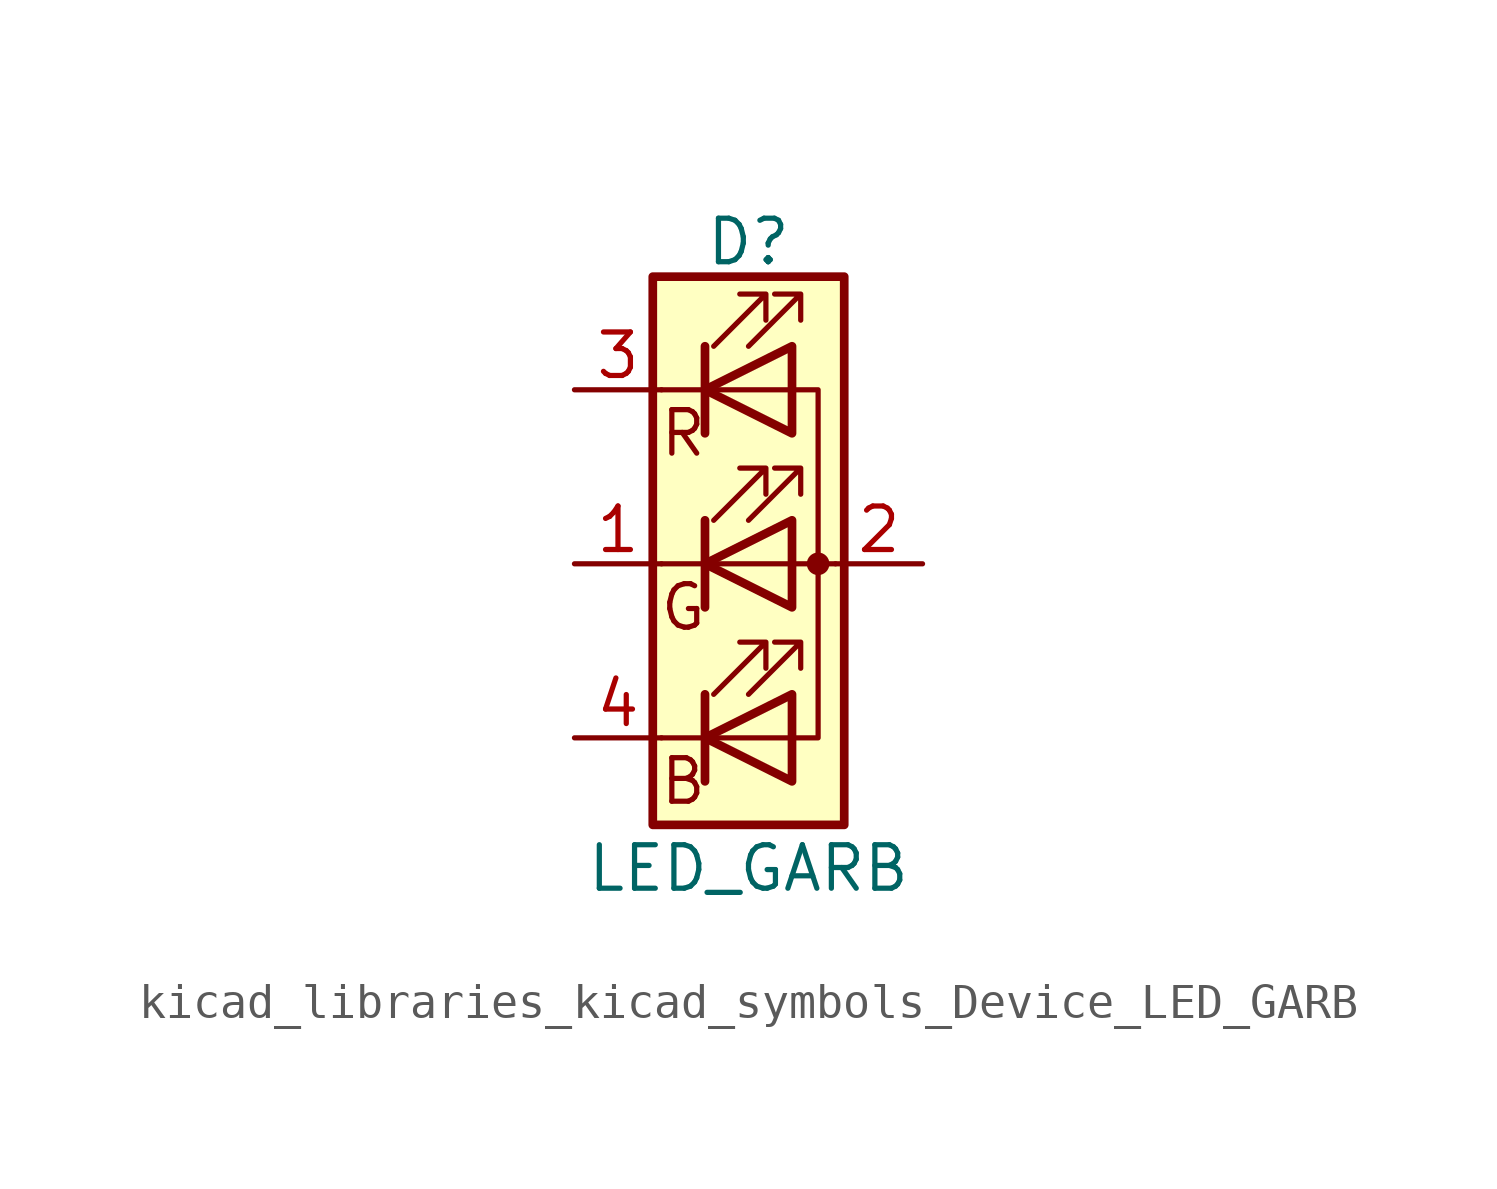
<source format=kicad_sym>
(kicad_symbol_lib
  (version 20220914)
  (generator kicad_symbol_editor)
  (symbol "kicad_libraries_kicad_symbols_Device_LED_GARB"
    (pin_names
      (offset 0) hide)
    (property "Reference" "D"
      (at 0 9.398 0)
      (effects (font (size 1.27 1.27))))
    (property "Value" "LED_GARB"
      (at 0 -8.89 0)
      (effects (font (size 1.27 1.27))))
    (symbol "kicad_libraries_kicad_symbols_Device_LED_GARB_0_0"
      (text "B" (at -1.905 -6.35 0) (effects (font (size 1.27 1.27))))
      (text "G" (at -1.905 -1.27 0) (effects (font (size 1.27 1.27))))
      (text "R" (at -1.905 3.81 0) (effects (font (size 1.27 1.27)))))
    (symbol "kicad_libraries_kicad_symbols_Device_LED_GARB_0_1"
      (polyline (pts (xy -1.27 -5.08) (xy -2.54 -5.08)) (stroke (width 0) (type default)) (fill (type none)))
      (polyline (pts (xy -1.27 -5.08) (xy 1.27 -5.08)) (stroke (width 0) (type default)) (fill (type none)))
      (polyline (pts (xy -1.27 -3.81) (xy -1.27 -6.35)) (stroke (width 0.254) (type default)) (fill (type none)))
      (polyline (pts (xy -1.27 0) (xy -2.54 0)) (stroke (width 0) (type default)) (fill (type none)))
      (polyline (pts (xy -1.27 1.27) (xy -1.27 -1.27)) (stroke (width 0.254) (type default)) (fill (type none)))
      (polyline (pts (xy -1.27 5.08) (xy -2.54 5.08)) (stroke (width 0) (type default)) (fill (type none)))
      (polyline (pts (xy -1.27 5.08) (xy 1.27 5.08)) (stroke (width 0) (type default)) (fill (type none)))
      (polyline (pts (xy -1.27 6.35) (xy -1.27 3.81)) (stroke (width 0.254) (type default)) (fill (type none)))
      (polyline (pts (xy 1.27 0) (xy -1.27 0)) (stroke (width 0) (type default)) (fill (type none)))
      (polyline (pts (xy 1.27 0) (xy 2.54 0)) (stroke (width 0) (type default)) (fill (type none)))
      (polyline (pts (xy -1.27 1.27) (xy -1.27 -1.27) (xy -1.27 -1.27)) (stroke (width 0) (type default)) (fill (type none)))
      (polyline (pts (xy -1.27 6.35) (xy -1.27 3.81) (xy -1.27 3.81)) (stroke (width 0) (type default)) (fill (type none)))
      (polyline (pts (xy 1.27 -5.08) (xy 2.032 -5.08) (xy 2.032 5.08) (xy 1.27 5.08)) (stroke (width 0) (type default)) (fill (type none)))
      (polyline (pts (xy 1.27 -3.81) (xy 1.27 -6.35) (xy -1.27 -5.08) (xy 1.27 -3.81)) (stroke (width 0.254) (type default)) (fill (type none)))
      (polyline (pts (xy 1.27 1.27) (xy 1.27 -1.27) (xy -1.27 0) (xy 1.27 1.27)) (stroke (width 0.254) (type default)) (fill (type none)))
      (polyline (pts (xy 1.27 6.35) (xy 1.27 3.81) (xy -1.27 5.08) (xy 1.27 6.35)) (stroke (width 0.254) (type default)) (fill (type none)))
      (polyline (pts (xy -1.016 -3.81) (xy 0.508 -2.286) (xy -0.254 -2.286) (xy 0.508 -2.286) (xy 0.508 -3.048)) (stroke (width 0) (type default)) (fill (type none)))
      (polyline (pts (xy -1.016 1.27) (xy 0.508 2.794) (xy -0.254 2.794) (xy 0.508 2.794) (xy 0.508 2.032)) (stroke (width 0) (type default)) (fill (type none)))
      (polyline (pts (xy -1.016 6.35) (xy 0.508 7.874) (xy -0.254 7.874) (xy 0.508 7.874) (xy 0.508 7.112)) (stroke (width 0) (type default)) (fill (type none)))
      (polyline (pts (xy 0 -3.81) (xy 1.524 -2.286) (xy 0.762 -2.286) (xy 1.524 -2.286) (xy 1.524 -3.048)) (stroke (width 0) (type default)) (fill (type none)))
      (polyline (pts (xy 0 1.27) (xy 1.524 2.794) (xy 0.762 2.794) (xy 1.524 2.794) (xy 1.524 2.032)) (stroke (width 0) (type default)) (fill (type none)))
      (polyline (pts (xy 0 6.35) (xy 1.524 7.874) (xy 0.762 7.874) (xy 1.524 7.874) (xy 1.524 7.112)) (stroke (width 0) (type default)) (fill (type none)))
      (rectangle (start 1.27 -1.27) (end 1.27 1.27) (stroke (width 0) (type default)) (fill (type none)))
      (rectangle (start 1.27 1.27) (end 1.27 1.27) (stroke (width 0) (type default)) (fill (type none)))
      (rectangle (start 1.27 3.81) (end 1.27 6.35) (stroke (width 0) (type default)) (fill (type none)))
      (rectangle (start 1.27 6.35) (end 1.27 6.35) (stroke (width 0) (type default)) (fill (type none)))
      (circle (center 2.032 0) (radius 0.254) (stroke (width 0) (type default)) (fill (type outline)))
      (rectangle (start 2.794 8.382) (end -2.794 -7.62) (stroke (width 0.254) (type default)) (fill (type background))))
    (symbol "kicad_libraries_kicad_symbols_Device_LED_GARB_1_1"
      (pin passive line (at -5.08 0 0) (length 2.54) (name "GK" (effects (font (size 1.27 1.27)))) (number "1" (effects (font (size 1.27 1.27)))))
      (pin passive line (at 5.08 0 180) (length 2.54) (name "A" (effects (font (size 1.27 1.27)))) (number "2" (effects (font (size 1.27 1.27)))))
      (pin passive line (at -5.08 5.08 0) (length 2.54) (name "RK" (effects (font (size 1.27 1.27)))) (number "3" (effects (font (size 1.27 1.27)))))
      (pin passive line (at -5.08 -5.08 0) (length 2.54) (name "BK" (effects (font (size 1.27 1.27)))) (number "4" (effects (font (size 1.27 1.27))))))))
</source>
